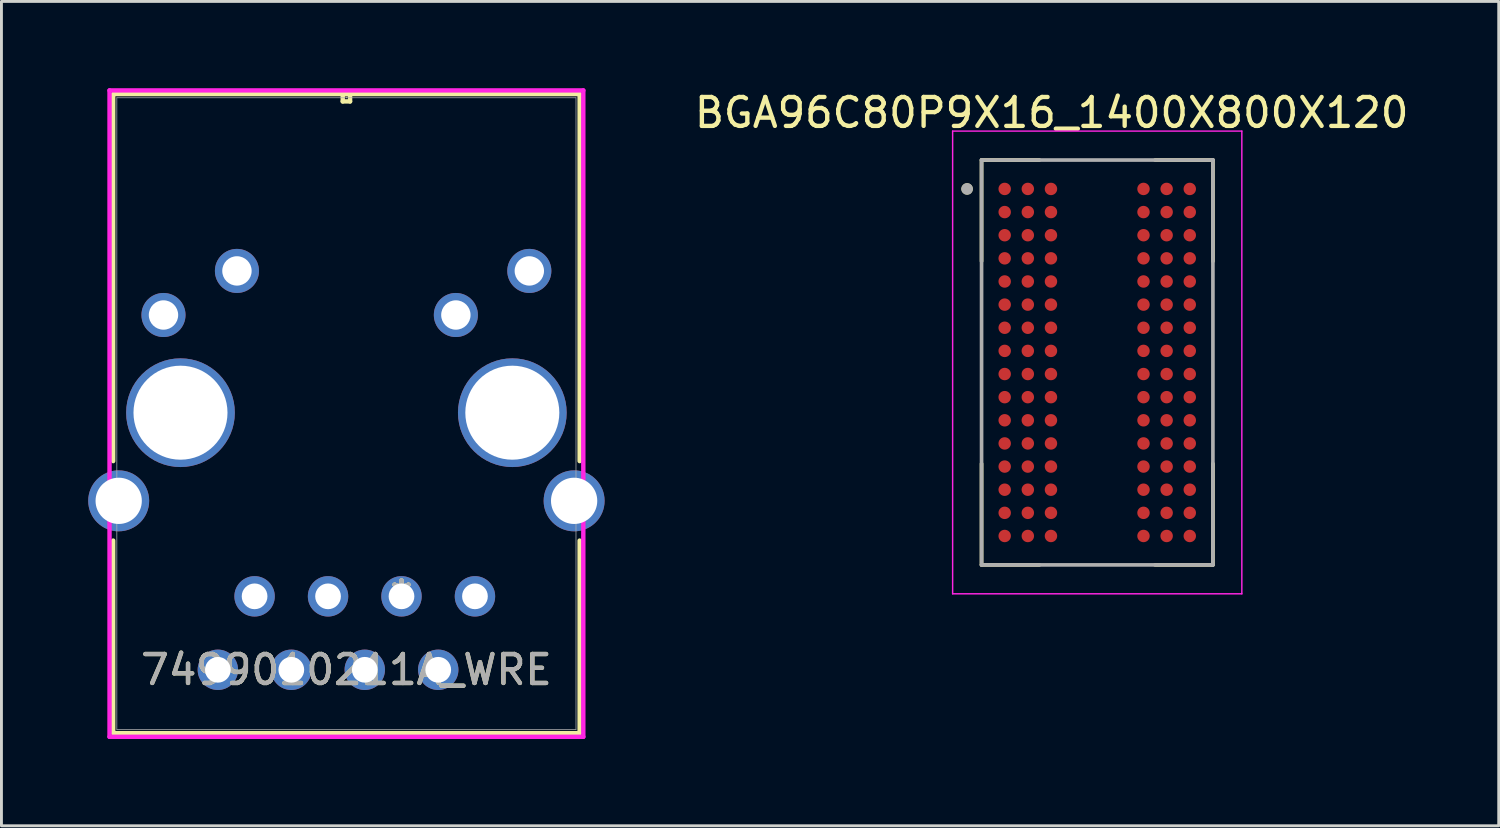
<source format=kicad_pcb>
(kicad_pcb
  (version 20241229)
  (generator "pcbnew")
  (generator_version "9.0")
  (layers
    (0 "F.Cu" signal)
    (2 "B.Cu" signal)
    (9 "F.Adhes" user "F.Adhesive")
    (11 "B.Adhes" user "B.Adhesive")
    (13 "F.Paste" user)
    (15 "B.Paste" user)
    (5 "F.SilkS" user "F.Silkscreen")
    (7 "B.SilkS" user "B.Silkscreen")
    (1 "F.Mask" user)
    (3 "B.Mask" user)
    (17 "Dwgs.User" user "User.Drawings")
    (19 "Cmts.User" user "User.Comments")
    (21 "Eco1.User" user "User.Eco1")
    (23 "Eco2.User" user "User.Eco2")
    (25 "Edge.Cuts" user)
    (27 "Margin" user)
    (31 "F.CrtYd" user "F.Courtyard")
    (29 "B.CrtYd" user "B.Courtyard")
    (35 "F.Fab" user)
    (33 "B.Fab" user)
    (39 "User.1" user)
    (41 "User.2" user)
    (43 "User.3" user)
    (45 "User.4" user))
  (footprint "7499010211A_WRE"
    (layer "F.Cu")
    (at 13.373 17.57)
    (property "Reference" "7499010211A_WRE" (at -4.445 2.54 0) (unlocked yes) (layer "F.SilkS") (effects (font (size 1 1) (thickness 0.15))))
    (attr through_hole)
    (fp_line (start -12.509 -17.367) (end -12.509 -4.676) (stroke (width 0.152) (type solid)) (layer "F.SilkS"))
    (fp_line (start -12.509 -1.928) (end -12.509 4.731) (stroke (width 0.152) (type solid)) (layer "F.SilkS"))
    (fp_line (start -12.509 4.731) (end 3.619 4.731) (stroke (width 0.152) (type solid)) (layer "F.SilkS"))
    (fp_line (start -4.572 -17.367) (end -4.572 -17.113) (stroke (width 0.152) (type solid)) (layer "F.SilkS"))
    (fp_line (start -4.572 -17.113) (end -4.318 -17.113) (stroke (width 0.152) (type solid)) (layer "F.SilkS"))
    (fp_line (start -4.318 -17.367) (end -4.572 -17.367) (stroke (width 0.152) (type solid)) (layer "F.SilkS"))
    (fp_line (start -4.318 -17.113) (end -4.318 -17.367) (stroke (width 0.152) (type solid)) (layer "F.SilkS"))
    (fp_line (start 3.619 -17.367) (end -12.509 -17.367) (stroke (width 0.152) (type solid)) (layer "F.SilkS"))
    (fp_line (start 3.619 -4.676) (end 3.619 -17.367) (stroke (width 0.152) (type solid)) (layer "F.SilkS"))
    (fp_line (start 3.619 4.731) (end 3.619 -1.928) (stroke (width 0.152) (type solid)) (layer "F.SilkS"))
    (fp_line (start -12.636 -17.494) (end -12.636 4.858) (stroke (width 0.152) (type solid)) (layer "F.CrtYd"))
    (fp_line (start -12.636 4.858) (end 3.747 4.858) (stroke (width 0.152) (type solid)) (layer "F.CrtYd"))
    (fp_line (start 3.747 -17.494) (end -12.636 -17.494) (stroke (width 0.152) (type solid)) (layer "F.CrtYd"))
    (fp_line (start 3.747 4.858) (end 3.747 -17.494) (stroke (width 0.152) (type solid)) (layer "F.CrtYd"))
    (fp_line (start -12.383 -17.24) (end -12.383 4.604) (stroke (width 0.025) (type solid)) (layer "F.Fab"))
    (fp_line (start -12.383 4.604) (end 3.493 4.604) (stroke (width 0.025) (type solid)) (layer "F.Fab"))
    (fp_line (start -4.445 -17.24) (end -4.445 -17.24) (stroke (width 0.025) (type solid)) (layer "F.Fab"))
    (fp_line (start -4.445 -17.24) (end -4.445 -17.24) (stroke (width 0.025) (type solid)) (layer "F.Fab"))
    (fp_line (start -4.445 -17.24) (end -4.445 -17.24) (stroke (width 0.025) (type solid)) (layer "F.Fab"))
    (fp_line (start -4.445 -17.24) (end -4.445 -17.24) (stroke (width 0.025) (type solid)) (layer "F.Fab"))
    (fp_line (start 3.493 -17.24) (end -12.383 -17.24) (stroke (width 0.025) (type solid)) (layer "F.Fab"))
    (fp_line (start 3.493 4.604) (end 3.493 -17.24) (stroke (width 0.025) (type solid)) (layer "F.Fab"))
    (fp_text user "*" (at -2.54 0 0) (layer "F.SilkS") (effects (font (size 1 1) (thickness 0.15))))
    (fp_text user "*" (at -2.54 0 0) (unlocked yes) (layer "F.SilkS") (effects (font (size 1 1) (thickness 0.15))))
    (fp_text user "*" (at -2.54 0 0) (layer "F.Fab") (effects (font (size 1 1) (thickness 0.15))))
    (fp_text user "${REFERENCE}" (at -4.445 2.54 0) (unlocked yes) (layer "F.Fab") (effects (font (size 1 1) (thickness 0.15))))
    (fp_text user "*" (at -2.54 0 0) (unlocked yes) (layer "F.Fab") (effects (font (size 1 1) (thickness 0.15))))
    (pad "1" thru_hole circle (at 0 0) (size 1.397 1.397) (drill 0.889) (layers "*.Cu" "*.Mask"))
    (pad "2" thru_hole circle (at -1.27 2.54) (size 1.397 1.397) (drill 0.889) (layers "*.Cu" "*.Mask"))
    (pad "3" thru_hole circle (at -2.54 0) (size 1.397 1.397) (drill 0.889) (layers "*.Cu" "*.Mask"))
    (pad "4" thru_hole circle (at -3.81 2.54) (size 1.397 1.397) (drill 0.889) (layers "*.Cu" "*.Mask"))
    (pad "5" thru_hole circle (at -5.08 0) (size 1.397 1.397) (drill 0.889) (layers "*.Cu" "*.Mask"))
    (pad "6" thru_hole circle (at -6.35 2.54) (size 1.397 1.397) (drill 0.889) (layers "*.Cu" "*.Mask"))
    (pad "7" thru_hole circle (at -7.62 0) (size 1.397 1.397) (drill 0.889) (layers "*.Cu" "*.Mask"))
    (pad "8" thru_hole circle (at -8.89 2.54) (size 1.397 1.397) (drill 0.889) (layers "*.Cu" "*.Mask"))
    (pad "9" thru_hole circle (at 1.88 -11.252) (size 1.524 1.524) (drill 1.016) (layers "*.Cu" "*.Mask"))
    (pad "10" thru_hole circle (at -0.66 -9.728) (size 1.524 1.524) (drill 1.016) (layers "*.Cu" "*.Mask"))
    (pad "11" thru_hole circle (at -8.23 -11.252) (size 1.524 1.524) (drill 1.016) (layers "*.Cu" "*.Mask"))
    (pad "12" thru_hole circle (at -10.77 -9.728) (size 1.524 1.524) (drill 1.016) (layers "*.Cu" "*.Mask"))
    (pad "13" thru_hole circle (at -12.319 -3.302) (size 2.108 2.108) (drill 1.6) (layers "*.Cu" "*.Mask"))
    (pad "14" thru_hole circle (at 3.429 -3.302) (size 2.108 2.108) (drill 1.6) (layers "*.Cu" "*.Mask"))
    (pad "15" thru_hole circle (at -10.182 -6.35) (size 3.759 3.759) (drill 3.251) (layers "*.Cu" "*.Mask"))
    (pad "16" thru_hole circle (at 1.292 -6.35) (size 3.759 3.759) (drill 3.251) (layers "*.Cu" "*.Mask")))
  (footprint "BGA96C80P9X16_1400X800X120"
    (layer "F.Cu")
    (at 34.89 9.483)
    (property "Reference" "BGA96C80P9X16_1400X800X120" (at -1.575 -8.635 0) (layer "F.SilkS") (effects (font (size 1 1) (thickness 0.15))))
    (attr smd)
    (fp_line (start -4 -7) (end -4 -3.5) (stroke (width 0.127) (type solid)) (layer "F.SilkS"))
    (fp_line (start -4 -7) (end -2 -7) (stroke (width 0.127) (type solid)) (layer "F.SilkS"))
    (fp_line (start -4 7) (end -4 3.5) (stroke (width 0.127) (type solid)) (layer "F.SilkS"))
    (fp_line (start -4 7) (end -2 7) (stroke (width 0.127) (type solid)) (layer "F.SilkS"))
    (fp_line (start 4 -7) (end 2 -7) (stroke (width 0.127) (type solid)) (layer "F.SilkS"))
    (fp_line (start 4 -7) (end 4 -3.5) (stroke (width 0.127) (type solid)) (layer "F.SilkS"))
    (fp_line (start 4 7) (end 2 7) (stroke (width 0.127) (type solid)) (layer "F.SilkS"))
    (fp_line (start 4 7) (end 4 3.5) (stroke (width 0.127) (type solid)) (layer "F.SilkS"))
    (fp_circle (center -4.5 -6) (end -4.4 -6) (stroke (width 0.2) (type solid)) (fill no) (layer "F.SilkS"))
    (fp_line (start -5 -8) (end 5 -8) (stroke (width 0.05) (type solid)) (layer "F.CrtYd"))
    (fp_line (start -5 8) (end -5 -8) (stroke (width 0.05) (type solid)) (layer "F.CrtYd"))
    (fp_line (start -5 8) (end 5 8) (stroke (width 0.05) (type solid)) (layer "F.CrtYd"))
    (fp_line (start 5 8) (end 5 -8) (stroke (width 0.05) (type solid)) (layer "F.CrtYd"))
    (fp_line (start -4 7) (end -4 -7) (stroke (width 0.127) (type solid)) (layer "F.Fab"))
    (fp_line (start 4 -7) (end -4 -7) (stroke (width 0.127) (type solid)) (layer "F.Fab"))
    (fp_line (start 4 7) (end -4 7) (stroke (width 0.127) (type solid)) (layer "F.Fab"))
    (fp_line (start 4 7) (end 4 -7) (stroke (width 0.127) (type solid)) (layer "F.Fab"))
    (fp_circle (center -4.5 -6) (end -4.4 -6) (stroke (width 0.2) (type solid)) (fill no) (layer "F.Fab"))
    (pad "A1" smd circle (at -3.2 -6) (size 0.43 0.43) (layers "F.Cu" "F.Mask" "F.Paste"))
    (pad "A2" smd circle (at -2.4 -6) (size 0.43 0.43) (layers "F.Cu" "F.Mask" "F.Paste"))
    (pad "A3" smd circle (at -1.6 -6) (size 0.43 0.43) (layers "F.Cu" "F.Mask" "F.Paste"))
    (pad "A7" smd circle (at 1.6 -6) (size 0.43 0.43) (layers "F.Cu" "F.Mask" "F.Paste"))
    (pad "A8" smd circle (at 2.4 -6) (size 0.43 0.43) (layers "F.Cu" "F.Mask" "F.Paste"))
    (pad "A9" smd circle (at 3.2 -6) (size 0.43 0.43) (layers "F.Cu" "F.Mask" "F.Paste"))
    (pad "B1" smd circle (at -3.2 -5.2) (size 0.43 0.43) (layers "F.Cu" "F.Mask" "F.Paste"))
    (pad "B2" smd circle (at -2.4 -5.2) (size 0.43 0.43) (layers "F.Cu" "F.Mask" "F.Paste"))
    (pad "B3" smd circle (at -1.6 -5.2) (size 0.43 0.43) (layers "F.Cu" "F.Mask" "F.Paste"))
    (pad "B7" smd circle (at 1.6 -5.2) (size 0.43 0.43) (layers "F.Cu" "F.Mask" "F.Paste"))
    (pad "B8" smd circle (at 2.4 -5.2) (size 0.43 0.43) (layers "F.Cu" "F.Mask" "F.Paste"))
    (pad "B9" smd circle (at 3.2 -5.2) (size 0.43 0.43) (layers "F.Cu" "F.Mask" "F.Paste"))
    (pad "C1" smd circle (at -3.2 -4.4) (size 0.43 0.43) (layers "F.Cu" "F.Mask" "F.Paste"))
    (pad "C2" smd circle (at -2.4 -4.4) (size 0.43 0.43) (layers "F.Cu" "F.Mask" "F.Paste"))
    (pad "C3" smd circle (at -1.6 -4.4) (size 0.43 0.43) (layers "F.Cu" "F.Mask" "F.Paste"))
    (pad "C7" smd circle (at 1.6 -4.4) (size 0.43 0.43) (layers "F.Cu" "F.Mask" "F.Paste"))
    (pad "C8" smd circle (at 2.4 -4.4) (size 0.43 0.43) (layers "F.Cu" "F.Mask" "F.Paste"))
    (pad "C9" smd circle (at 3.2 -4.4) (size 0.43 0.43) (layers "F.Cu" "F.Mask" "F.Paste"))
    (pad "D1" smd circle (at -3.2 -3.6) (size 0.43 0.43) (layers "F.Cu" "F.Mask" "F.Paste"))
    (pad "D2" smd circle (at -2.4 -3.6) (size 0.43 0.43) (layers "F.Cu" "F.Mask" "F.Paste"))
    (pad "D3" smd circle (at -1.6 -3.6) (size 0.43 0.43) (layers "F.Cu" "F.Mask" "F.Paste"))
    (pad "D7" smd circle (at 1.6 -3.6) (size 0.43 0.43) (layers "F.Cu" "F.Mask" "F.Paste"))
    (pad "D8" smd circle (at 2.4 -3.6) (size 0.43 0.43) (layers "F.Cu" "F.Mask" "F.Paste"))
    (pad "D9" smd circle (at 3.2 -3.6) (size 0.43 0.43) (layers "F.Cu" "F.Mask" "F.Paste"))
    (pad "E1" smd circle (at -3.2 -2.8) (size 0.43 0.43) (layers "F.Cu" "F.Mask" "F.Paste"))
    (pad "E2" smd circle (at -2.4 -2.8) (size 0.43 0.43) (layers "F.Cu" "F.Mask" "F.Paste"))
    (pad "E3" smd circle (at -1.6 -2.8) (size 0.43 0.43) (layers "F.Cu" "F.Mask" "F.Paste"))
    (pad "E7" smd circle (at 1.6 -2.8) (size 0.43 0.43) (layers "F.Cu" "F.Mask" "F.Paste"))
    (pad "E8" smd circle (at 2.4 -2.8) (size 0.43 0.43) (layers "F.Cu" "F.Mask" "F.Paste"))
    (pad "E9" smd circle (at 3.2 -2.8) (size 0.43 0.43) (layers "F.Cu" "F.Mask" "F.Paste"))
    (pad "F1" smd circle (at -3.2 -2) (size 0.43 0.43) (layers "F.Cu" "F.Mask" "F.Paste"))
    (pad "F2" smd circle (at -2.4 -2) (size 0.43 0.43) (layers "F.Cu" "F.Mask" "F.Paste"))
    (pad "F3" smd circle (at -1.6 -2) (size 0.43 0.43) (layers "F.Cu" "F.Mask" "F.Paste"))
    (pad "F7" smd circle (at 1.6 -2) (size 0.43 0.43) (layers "F.Cu" "F.Mask" "F.Paste"))
    (pad "F8" smd circle (at 2.4 -2) (size 0.43 0.43) (layers "F.Cu" "F.Mask" "F.Paste"))
    (pad "F9" smd circle (at 3.2 -2) (size 0.43 0.43) (layers "F.Cu" "F.Mask" "F.Paste"))
    (pad "G1" smd circle (at -3.2 -1.2) (size 0.43 0.43) (layers "F.Cu" "F.Mask" "F.Paste"))
    (pad "G2" smd circle (at -2.4 -1.2) (size 0.43 0.43) (layers "F.Cu" "F.Mask" "F.Paste"))
    (pad "G3" smd circle (at -1.6 -1.2) (size 0.43 0.43) (layers "F.Cu" "F.Mask" "F.Paste"))
    (pad "G7" smd circle (at 1.6 -1.2) (size 0.43 0.43) (layers "F.Cu" "F.Mask" "F.Paste"))
    (pad "G8" smd circle (at 2.4 -1.2) (size 0.43 0.43) (layers "F.Cu" "F.Mask" "F.Paste"))
    (pad "G9" smd circle (at 3.2 -1.2) (size 0.43 0.43) (layers "F.Cu" "F.Mask" "F.Paste"))
    (pad "H1" smd circle (at -3.2 -0.4) (size 0.43 0.43) (layers "F.Cu" "F.Mask" "F.Paste"))
    (pad "H2" smd circle (at -2.4 -0.4) (size 0.43 0.43) (layers "F.Cu" "F.Mask" "F.Paste"))
    (pad "H3" smd circle (at -1.6 -0.4) (size 0.43 0.43) (layers "F.Cu" "F.Mask" "F.Paste"))
    (pad "H7" smd circle (at 1.6 -0.4) (size 0.43 0.43) (layers "F.Cu" "F.Mask" "F.Paste"))
    (pad "H8" smd circle (at 2.4 -0.4) (size 0.43 0.43) (layers "F.Cu" "F.Mask" "F.Paste"))
    (pad "H9" smd circle (at 3.2 -0.4) (size 0.43 0.43) (layers "F.Cu" "F.Mask" "F.Paste"))
    (pad "J1" smd circle (at -3.2 0.4) (size 0.43 0.43) (layers "F.Cu" "F.Mask" "F.Paste"))
    (pad "J2" smd circle (at -2.4 0.4) (size 0.43 0.43) (layers "F.Cu" "F.Mask" "F.Paste"))
    (pad "J3" smd circle (at -1.6 0.4) (size 0.43 0.43) (layers "F.Cu" "F.Mask" "F.Paste"))
    (pad "J7" smd circle (at 1.6 0.4) (size 0.43 0.43) (layers "F.Cu" "F.Mask" "F.Paste"))
    (pad "J8" smd circle (at 2.4 0.4) (size 0.43 0.43) (layers "F.Cu" "F.Mask" "F.Paste"))
    (pad "J9" smd circle (at 3.2 0.4) (size 0.43 0.43) (layers "F.Cu" "F.Mask" "F.Paste"))
    (pad "K1" smd circle (at -3.2 1.2) (size 0.43 0.43) (layers "F.Cu" "F.Mask" "F.Paste"))
    (pad "K2" smd circle (at -2.4 1.2) (size 0.43 0.43) (layers "F.Cu" "F.Mask" "F.Paste"))
    (pad "K3" smd circle (at -1.6 1.2) (size 0.43 0.43) (layers "F.Cu" "F.Mask" "F.Paste"))
    (pad "K7" smd circle (at 1.6 1.2) (size 0.43 0.43) (layers "F.Cu" "F.Mask" "F.Paste"))
    (pad "K8" smd circle (at 2.4 1.2) (size 0.43 0.43) (layers "F.Cu" "F.Mask" "F.Paste"))
    (pad "K9" smd circle (at 3.2 1.2) (size 0.43 0.43) (layers "F.Cu" "F.Mask" "F.Paste"))
    (pad "L1" smd circle (at -3.2 2) (size 0.43 0.43) (layers "F.Cu" "F.Mask" "F.Paste"))
    (pad "L2" smd circle (at -2.4 2) (size 0.43 0.43) (layers "F.Cu" "F.Mask" "F.Paste"))
    (pad "L3" smd circle (at -1.6 2) (size 0.43 0.43) (layers "F.Cu" "F.Mask" "F.Paste"))
    (pad "L7" smd circle (at 1.6 2) (size 0.43 0.43) (layers "F.Cu" "F.Mask" "F.Paste"))
    (pad "L8" smd circle (at 2.4 2) (size 0.43 0.43) (layers "F.Cu" "F.Mask" "F.Paste"))
    (pad "L9" smd circle (at 3.2 2) (size 0.43 0.43) (layers "F.Cu" "F.Mask" "F.Paste"))
    (pad "M1" smd circle (at -3.2 2.8) (size 0.43 0.43) (layers "F.Cu" "F.Mask" "F.Paste"))
    (pad "M2" smd circle (at -2.4 2.8) (size 0.43 0.43) (layers "F.Cu" "F.Mask" "F.Paste"))
    (pad "M3" smd circle (at -1.6 2.8) (size 0.43 0.43) (layers "F.Cu" "F.Mask" "F.Paste"))
    (pad "M7" smd circle (at 1.6 2.8) (size 0.43 0.43) (layers "F.Cu" "F.Mask" "F.Paste"))
    (pad "M8" smd circle (at 2.4 2.8) (size 0.43 0.43) (layers "F.Cu" "F.Mask" "F.Paste"))
    (pad "M9" smd circle (at 3.2 2.8) (size 0.43 0.43) (layers "F.Cu" "F.Mask" "F.Paste"))
    (pad "N1" smd circle (at -3.2 3.6) (size 0.43 0.43) (layers "F.Cu" "F.Mask" "F.Paste"))
    (pad "N2" smd circle (at -2.4 3.6) (size 0.43 0.43) (layers "F.Cu" "F.Mask" "F.Paste"))
    (pad "N3" smd circle (at -1.6 3.6) (size 0.43 0.43) (layers "F.Cu" "F.Mask" "F.Paste"))
    (pad "N7" smd circle (at 1.6 3.6) (size 0.43 0.43) (layers "F.Cu" "F.Mask" "F.Paste"))
    (pad "N8" smd circle (at 2.4 3.6) (size 0.43 0.43) (layers "F.Cu" "F.Mask" "F.Paste"))
    (pad "N9" smd circle (at 3.2 3.6) (size 0.43 0.43) (layers "F.Cu" "F.Mask" "F.Paste"))
    (pad "P1" smd circle (at -3.2 4.4) (size 0.43 0.43) (layers "F.Cu" "F.Mask" "F.Paste"))
    (pad "P2" smd circle (at -2.4 4.4) (size 0.43 0.43) (layers "F.Cu" "F.Mask" "F.Paste"))
    (pad "P3" smd circle (at -1.6 4.4) (size 0.43 0.43) (layers "F.Cu" "F.Mask" "F.Paste"))
    (pad "P7" smd circle (at 1.6 4.4) (size 0.43 0.43) (layers "F.Cu" "F.Mask" "F.Paste"))
    (pad "P8" smd circle (at 2.4 4.4) (size 0.43 0.43) (layers "F.Cu" "F.Mask" "F.Paste"))
    (pad "P9" smd circle (at 3.2 4.4) (size 0.43 0.43) (layers "F.Cu" "F.Mask" "F.Paste"))
    (pad "R1" smd circle (at -3.2 5.2) (size 0.43 0.43) (layers "F.Cu" "F.Mask" "F.Paste"))
    (pad "R2" smd circle (at -2.4 5.2) (size 0.43 0.43) (layers "F.Cu" "F.Mask" "F.Paste"))
    (pad "R3" smd circle (at -1.6 5.2) (size 0.43 0.43) (layers "F.Cu" "F.Mask" "F.Paste"))
    (pad "R7" smd circle (at 1.6 5.2) (size 0.43 0.43) (layers "F.Cu" "F.Mask" "F.Paste"))
    (pad "R8" smd circle (at 2.4 5.2) (size 0.43 0.43) (layers "F.Cu" "F.Mask" "F.Paste"))
    (pad "R9" smd circle (at 3.2 5.2) (size 0.43 0.43) (layers "F.Cu" "F.Mask" "F.Paste"))
    (pad "T1" smd circle (at -3.2 6) (size 0.43 0.43) (layers "F.Cu" "F.Mask" "F.Paste"))
    (pad "T2" smd circle (at -2.4 6) (size 0.43 0.43) (layers "F.Cu" "F.Mask" "F.Paste"))
    (pad "T3" smd circle (at -1.6 6) (size 0.43 0.43) (layers "F.Cu" "F.Mask" "F.Paste"))
    (pad "T7" smd circle (at 1.6 6) (size 0.43 0.43) (layers "F.Cu" "F.Mask" "F.Paste"))
    (pad "T8" smd circle (at 2.4 6) (size 0.43 0.43) (layers "F.Cu" "F.Mask" "F.Paste"))
    (pad "T9" smd circle (at 3.2 6) (size 0.43 0.43) (layers "F.Cu" "F.Mask" "F.Paste")))
  (gr_rect
    (start -3 -3)
    (end 48.773 25.504)
    (stroke (width 0.1) (type default))
    (fill no)
    (layer "Edge.Cuts")))
</source>
